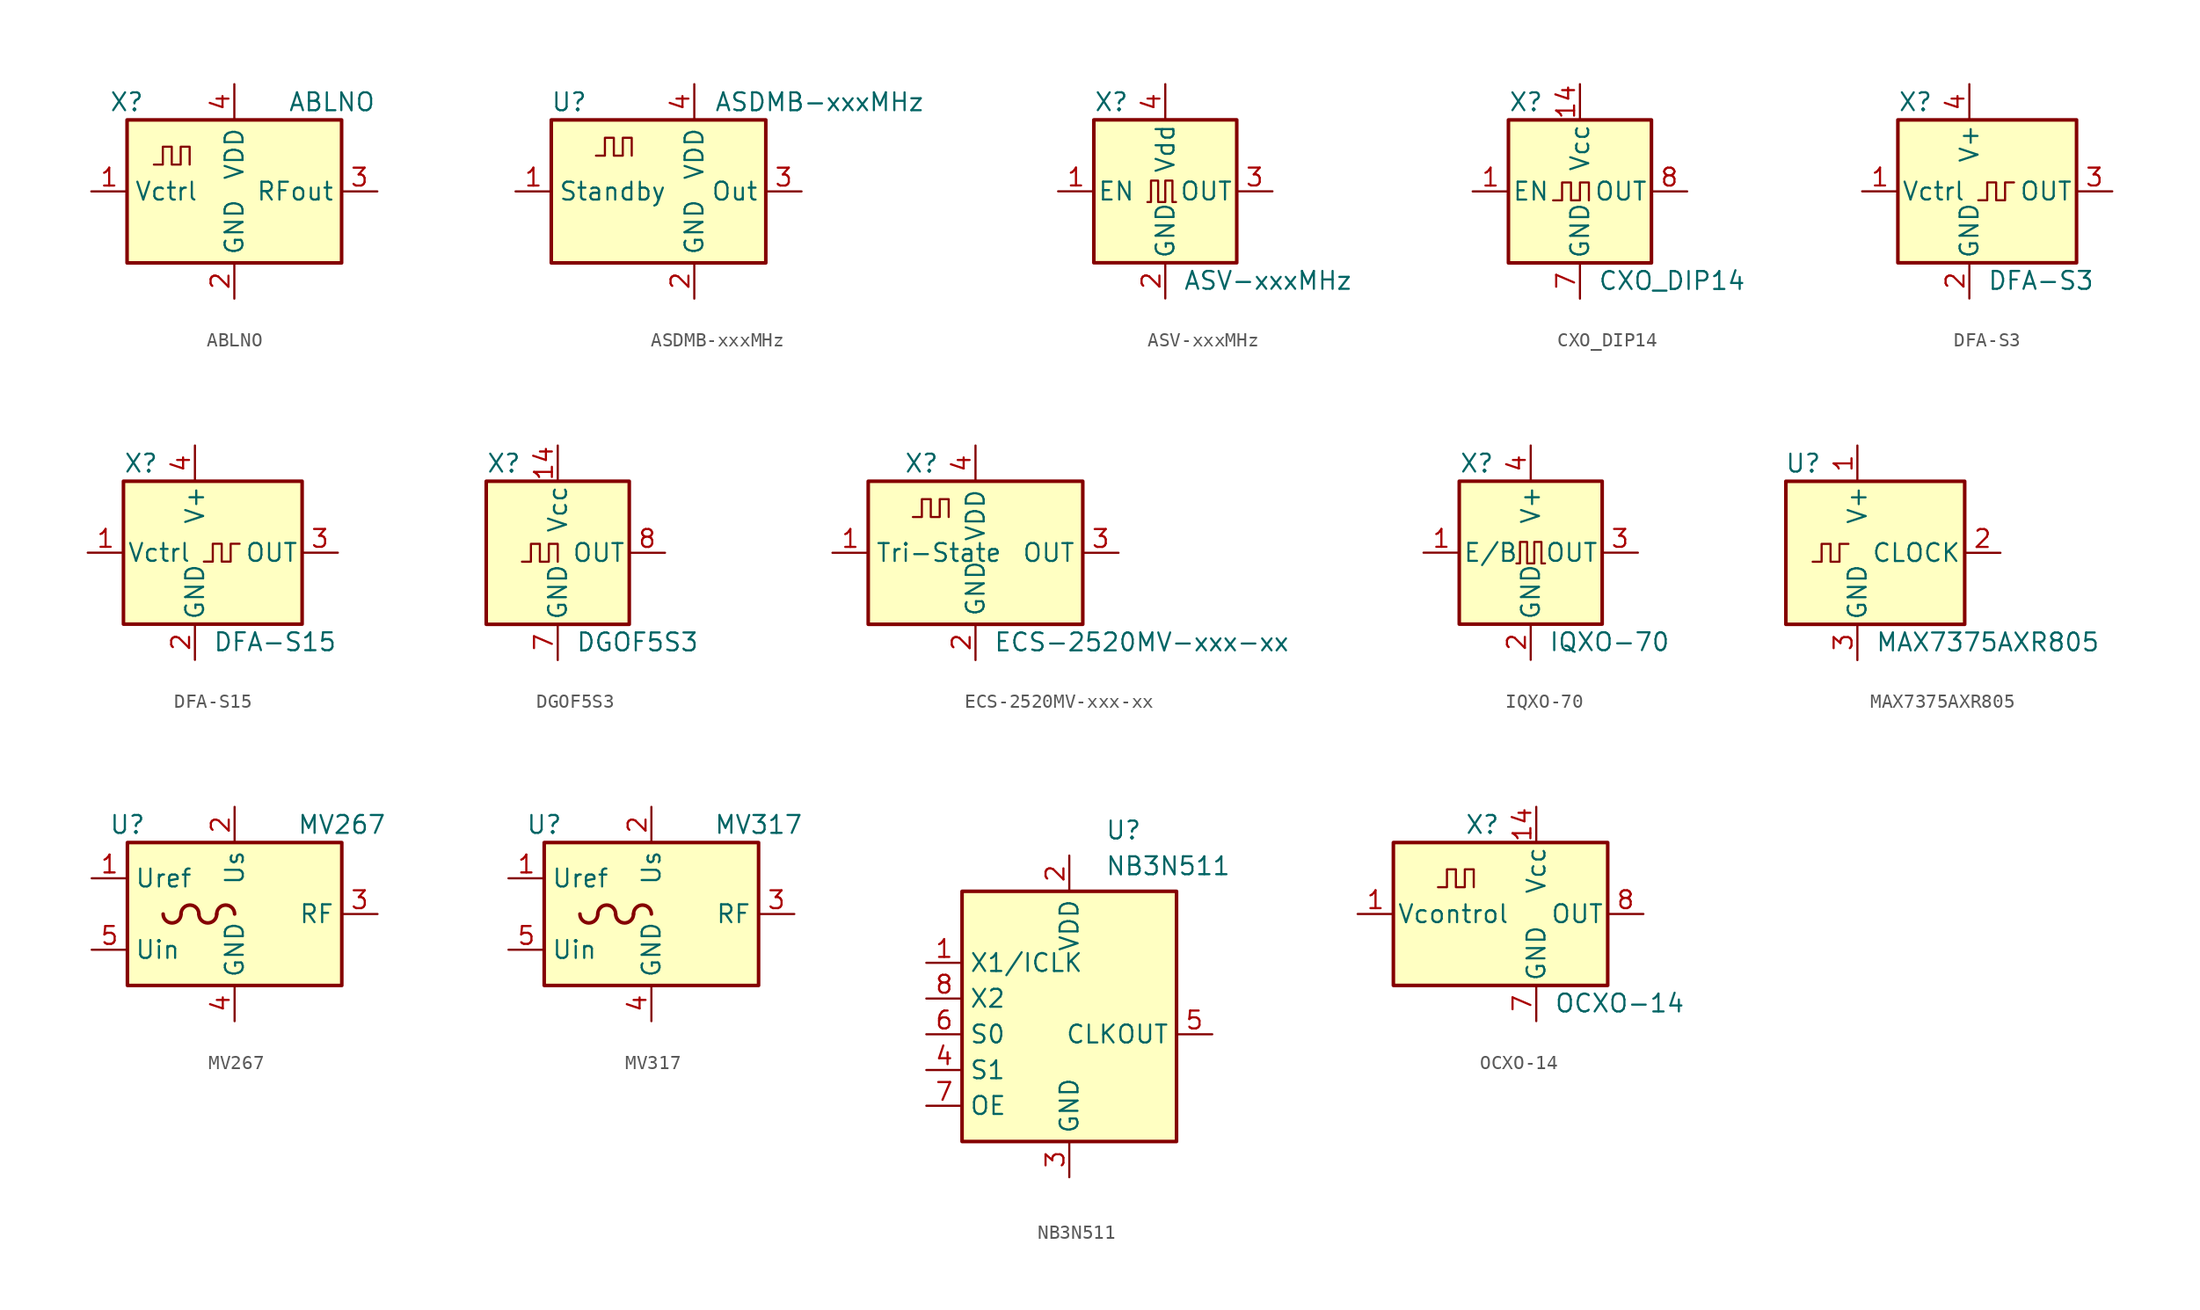
<source format=kicad_sym>
(kicad_symbol_lib
  (version 20201005)
  (generator kicad_symbol_editor)
  (symbol "ABLNO"
    (property "Reference" "X"
      (at -8.89 6.35 0)
      (effects (font (size 1.27 1.27)) (justify left)))
    (property "Value" "ABLNO"
      (at 3.81 6.35 0)
      (effects (font (size 1.27 1.27)) (justify left)))
    (symbol "ABLNO_0_1"
      (rectangle (start -7.62 5.08) (end 7.62 -5.08) (stroke (width 0.254)) (fill (type background)))
      (polyline (pts (xy -5.715 1.905) (xy -5.08 1.905) (xy -5.08 3.175) (xy -4.445 3.175) (xy -4.445 1.905) (xy -3.81 1.905) (xy -3.81 3.175) (xy -3.175 3.175) (xy -3.175 1.905)) (stroke (width 0)) (fill (type none))))
    (symbol "ABLNO_1_1"
      (pin input line (at -10.16 0 0) (length 2.54) (name "Vctrl" (effects (font (size 1.27 1.27)))) (number "1" (effects (font (size 1.27 1.27)))))
      (pin power_in line (at 0 -7.62 90) (length 2.54) (name "GND" (effects (font (size 1.27 1.27)))) (number "2" (effects (font (size 1.27 1.27)))))
      (pin output line (at 10.16 0 180) (length 2.54) (name "RFout" (effects (font (size 1.27 1.27)))) (number "3" (effects (font (size 1.27 1.27)))))
      (pin power_in line (at 0 7.62 270) (length 2.54) (name "VDD" (effects (font (size 1.27 1.27)))) (number "4" (effects (font (size 1.27 1.27)))))))
  (symbol "ASDMB-xxxMHz"
    (property "Reference" "U"
      (at -6.35 6.35 0)
      (effects (font (size 1.27 1.27))))
    (property "Value" "ASDMB-xxxMHz"
      (at 11.43 6.35 0)
      (effects (font (size 1.27 1.27))))
    (symbol "ASDMB-xxxMHz_1_1"
      (rectangle (start -7.62 5.08) (end 7.62 -5.08) (stroke (width 0.254)) (fill (type background)))
      (polyline (pts (xy -4.445 2.54) (xy -3.81 2.54) (xy -3.81 3.81) (xy -3.175 3.81) (xy -3.175 2.54) (xy -2.54 2.54) (xy -2.54 3.81) (xy -1.905 3.81) (xy -1.905 2.54)) (stroke (width 0)) (fill (type none)))
      (pin input line (at -10.16 0 0) (length 2.54) (name "Standby" (effects (font (size 1.27 1.27)))) (number "1" (effects (font (size 1.27 1.27)))))
      (pin power_in line (at 2.54 -7.62 90) (length 2.54) (name "GND" (effects (font (size 1.27 1.27)))) (number "2" (effects (font (size 1.27 1.27)))))
      (pin output line (at 10.16 0 180) (length 2.54) (name "Out" (effects (font (size 1.27 1.27)))) (number "3" (effects (font (size 1.27 1.27)))))
      (pin power_in line (at 2.54 7.62 270) (length 2.54) (name "VDD" (effects (font (size 1.27 1.27)))) (number "4" (effects (font (size 1.27 1.27)))))))
  (symbol "ASV-xxxMHz"
    (pin_names
      (offset 0.254))
    (property "Reference" "X"
      (at -5.08 6.35 0)
      (effects (font (size 1.27 1.27)) (justify left)))
    (property "Value" "ASV-xxxMHz"
      (at 1.27 -6.35 0)
      (effects (font (size 1.27 1.27)) (justify left)))
    (symbol "ASV-xxxMHz_0_1"
      (rectangle (start -5.08 5.08) (end 5.08 -5.08) (stroke (width 0.254)) (fill (type background)))
      (polyline (pts (xy -1.27 -0.762) (xy -1.016 -0.762) (xy -1.016 0.762) (xy -0.508 0.762) (xy -0.508 -0.762) (xy 0 -0.762) (xy 0 0.762) (xy 0.508 0.762) (xy 0.508 -0.762) (xy 0.762 -0.762)) (stroke (width 0)) (fill (type none))))
    (symbol "ASV-xxxMHz_1_1"
      (pin input line (at -7.62 0 0) (length 2.54) (name "EN" (effects (font (size 1.27 1.27)))) (number "1" (effects (font (size 1.27 1.27)))))
      (pin power_in line (at 0 -7.62 90) (length 2.54) (name "GND" (effects (font (size 1.27 1.27)))) (number "2" (effects (font (size 1.27 1.27)))))
      (pin output line (at 7.62 0 180) (length 2.54) (name "OUT" (effects (font (size 1.27 1.27)))) (number "3" (effects (font (size 1.27 1.27)))))
      (pin power_in line (at 0 7.62 270) (length 2.54) (name "Vdd" (effects (font (size 1.27 1.27)))) (number "4" (effects (font (size 1.27 1.27)))))))
  (symbol "CXO_DIP14"
    (pin_names
      (offset 0.254))
    (property "Reference" "X"
      (at -5.08 6.35 0)
      (effects (font (size 1.27 1.27)) (justify left)))
    (property "Value" "CXO_DIP14"
      (at 1.27 -6.35 0)
      (effects (font (size 1.27 1.27)) (justify left)))
    (symbol "CXO_DIP14_0_1"
      (rectangle (start -5.08 5.08) (end 5.08 -5.08) (stroke (width 0.254)) (fill (type background)))
      (polyline (pts (xy -1.905 -0.635) (xy -1.27 -0.635) (xy -1.27 0.635) (xy -0.635 0.635) (xy -0.635 -0.635) (xy 0 -0.635) (xy 0 0.635) (xy 0.635 0.635) (xy 0.635 -0.635)) (stroke (width 0)) (fill (type none))))
    (symbol "CXO_DIP14_1_1"
      (pin input line (at -7.62 0 0) (length 2.54) (name "EN" (effects (font (size 1.27 1.27)))) (number "1" (effects (font (size 1.27 1.27)))))
      (pin power_in line (at 0 7.62 270) (length 2.54) (name "Vcc" (effects (font (size 1.27 1.27)))) (number "14" (effects (font (size 1.27 1.27)))))
      (pin power_in line (at 0 -7.62 90) (length 2.54) (name "GND" (effects (font (size 1.27 1.27)))) (number "7" (effects (font (size 1.27 1.27)))))
      (pin output line (at 7.62 0 180) (length 2.54) (name "OUT" (effects (font (size 1.27 1.27)))) (number "8" (effects (font (size 1.27 1.27)))))))
  (symbol "DFA-S3"
    (pin_names
      (offset 0.254))
    (property "Reference" "X"
      (at -5.08 6.35 0)
      (effects (font (size 1.27 1.27)) (justify left)))
    (property "Value" "DFA-S3"
      (at 1.27 -6.35 0)
      (effects (font (size 1.27 1.27)) (justify left)))
    (symbol "DFA-S3_0_1"
      (rectangle (start -5.08 5.08) (end 7.62 -5.08) (stroke (width 0.254)) (fill (type background)))
      (polyline (pts (xy 0.635 -0.635) (xy 1.27 -0.635) (xy 1.27 0.635) (xy 1.905 0.635) (xy 1.905 -0.635) (xy 2.54 -0.635) (xy 2.54 0.635) (xy 3.175 0.635)) (stroke (width 0)) (fill (type none))))
    (symbol "DFA-S3_1_1"
      (pin input line (at -7.62 0 0) (length 2.54) (name "Vctrl" (effects (font (size 1.27 1.27)))) (number "1" (effects (font (size 1.27 1.27)))))
      (pin power_in line (at 0 -7.62 90) (length 2.54) (name "GND" (effects (font (size 1.27 1.27)))) (number "2" (effects (font (size 1.27 1.27)))))
      (pin output line (at 10.16 0 180) (length 2.54) (name "OUT" (effects (font (size 1.27 1.27)))) (number "3" (effects (font (size 1.27 1.27)))))
      (pin power_in line (at 0 7.62 270) (length 2.54) (name "V+" (effects (font (size 1.27 1.27)))) (number "4" (effects (font (size 1.27 1.27)))))))
  (symbol "DFA-S15"
    (pin_names
      (offset 0.254))
    (property "Reference" "X"
      (at -5.08 6.35 0)
      (effects (font (size 1.27 1.27)) (justify left)))
    (property "Value" "DFA-S15"
      (at 1.27 -6.35 0)
      (effects (font (size 1.27 1.27)) (justify left)))
    (symbol "DFA-S15_0_1"
      (rectangle (start -5.08 5.08) (end 7.62 -5.08) (stroke (width 0.254)) (fill (type background)))
      (polyline (pts (xy 0.635 -0.635) (xy 1.27 -0.635) (xy 1.27 0.635) (xy 1.905 0.635) (xy 1.905 -0.635) (xy 2.54 -0.635) (xy 2.54 0.635) (xy 3.175 0.635)) (stroke (width 0)) (fill (type none))))
    (symbol "DFA-S15_1_1"
      (pin input line (at -7.62 0 0) (length 2.54) (name "Vctrl" (effects (font (size 1.27 1.27)))) (number "1" (effects (font (size 1.27 1.27)))))
      (pin power_in line (at 0 -7.62 90) (length 2.54) (name "GND" (effects (font (size 1.27 1.27)))) (number "2" (effects (font (size 1.27 1.27)))))
      (pin output line (at 10.16 0 180) (length 2.54) (name "OUT" (effects (font (size 1.27 1.27)))) (number "3" (effects (font (size 1.27 1.27)))))
      (pin power_in line (at 0 7.62 270) (length 2.54) (name "V+" (effects (font (size 1.27 1.27)))) (number "4" (effects (font (size 1.27 1.27)))))))
  (symbol "DGOF5S3"
    (pin_names
      (offset 0.254))
    (property "Reference" "X"
      (at -5.08 6.35 0)
      (effects (font (size 1.27 1.27)) (justify left)))
    (property "Value" "DGOF5S3"
      (at 1.27 -6.35 0)
      (effects (font (size 1.27 1.27)) (justify left)))
    (symbol "DGOF5S3_0_1"
      (rectangle (start -5.08 5.08) (end 5.08 -5.08) (stroke (width 0.254)) (fill (type background)))
      (polyline (pts (xy -2.54 -0.635) (xy -1.905 -0.635) (xy -1.905 0.635) (xy -1.27 0.635) (xy -1.27 -0.635) (xy -0.635 -0.635) (xy -0.635 0.635) (xy 0 0.635) (xy 0 -0.635)) (stroke (width 0)) (fill (type none))))
    (symbol "DGOF5S3_1_1"
      (pin no_connect line (at -7.62 0 0) (length 2.54) hide (name "NC" (effects (font (size 1.27 1.27)))) (number "1" (effects (font (size 1.27 1.27)))))
      (pin power_in line (at 0 7.62 270) (length 2.54) (name "Vcc" (effects (font (size 1.27 1.27)))) (number "14" (effects (font (size 1.27 1.27)))))
      (pin power_in line (at 0 -7.62 90) (length 2.54) (name "GND" (effects (font (size 1.27 1.27)))) (number "7" (effects (font (size 1.27 1.27)))))
      (pin output line (at 7.62 0 180) (length 2.54) (name "OUT" (effects (font (size 1.27 1.27)))) (number "8" (effects (font (size 1.27 1.27)))))))
  (symbol "ECS-2520MV-xxx-xx"
    (property "Reference" "X"
      (at -5.08 6.35 0)
      (effects (font (size 1.27 1.27)) (justify left)))
    (property "Value" "ECS-2520MV-xxx-xx"
      (at 1.27 -6.35 0)
      (effects (font (size 1.27 1.27)) (justify left)))
    (symbol "ECS-2520MV-xxx-xx_0_1"
      (rectangle (start -7.62 5.08) (end 7.62 -5.08) (stroke (width 0.254)) (fill (type background)))
      (polyline (pts (xy -4.445 2.54) (xy -3.81 2.54) (xy -3.81 3.81) (xy -3.175 3.81) (xy -3.175 2.54) (xy -2.54 2.54) (xy -2.54 3.81) (xy -1.905 3.81) (xy -1.905 2.54)) (stroke (width 0)) (fill (type none))))
    (symbol "ECS-2520MV-xxx-xx_1_1"
      (pin input line (at -10.16 0 0) (length 2.54) (name "Tri-State" (effects (font (size 1.27 1.27)))) (number "1" (effects (font (size 1.27 1.27)))))
      (pin power_in line (at 0 -7.62 90) (length 2.54) (name "GND" (effects (font (size 1.27 1.27)))) (number "2" (effects (font (size 1.27 1.27)))))
      (pin output line (at 10.16 0 180) (length 2.54) (name "OUT" (effects (font (size 1.27 1.27)))) (number "3" (effects (font (size 1.27 1.27)))))
      (pin power_in line (at 0 7.62 270) (length 2.54) (name "VDD" (effects (font (size 1.27 1.27)))) (number "4" (effects (font (size 1.27 1.27)))))))
  (symbol "IQXO-70"
    (pin_names
      (offset 0.254))
    (property "Reference" "X"
      (at -5.08 6.35 0)
      (effects (font (size 1.27 1.27)) (justify left)))
    (property "Value" "IQXO-70"
      (at 1.27 -6.35 0)
      (effects (font (size 1.27 1.27)) (justify left)))
    (symbol "IQXO-70_0_1"
      (rectangle (start -5.08 5.08) (end 5.08 -5.08) (stroke (width 0.254)) (fill (type background)))
      (polyline (pts (xy -1.016 -0.762) (xy -0.762 -0.762) (xy -0.762 0.762) (xy -0.254 0.762) (xy -0.254 -0.762) (xy 0.254 -0.762) (xy 0.254 0.762) (xy 0.762 0.762) (xy 0.762 -0.762) (xy 1.016 -0.762)) (stroke (width 0)) (fill (type none))))
    (symbol "IQXO-70_1_1"
      (pin input line (at -7.62 0 0) (length 2.54) (name "E/B" (effects (font (size 1.27 1.27)))) (number "1" (effects (font (size 1.27 1.27)))))
      (pin power_in line (at 0 -7.62 90) (length 2.54) (name "GND" (effects (font (size 1.27 1.27)))) (number "2" (effects (font (size 1.27 1.27)))))
      (pin output line (at 7.62 0 180) (length 2.54) (name "OUT" (effects (font (size 1.27 1.27)))) (number "3" (effects (font (size 1.27 1.27)))))
      (pin power_in line (at 0 7.62 270) (length 2.54) (name "V+" (effects (font (size 1.27 1.27)))) (number "4" (effects (font (size 1.27 1.27)))))))
  (symbol "MAX7375AXR805"
    (pin_names
      (offset 0.254))
    (property "Reference" "U"
      (at -2.54 6.35 0)
      (effects (font (size 1.27 1.27)) (justify right)))
    (property "Value" "MAX7375AXR805"
      (at 1.27 -6.35 0)
      (effects (font (size 1.27 1.27)) (justify left)))
    (symbol "MAX7375AXR805_0_1"
      (rectangle (start -5.08 5.08) (end 7.62 -5.08) (stroke (width 0.254)) (fill (type background)))
      (polyline (pts (xy -3.175 -0.635) (xy -2.54 -0.635) (xy -2.54 0.635) (xy -1.905 0.635) (xy -1.905 -0.635) (xy -1.27 -0.635) (xy -1.27 0.635) (xy -0.635 0.635)) (stroke (width 0)) (fill (type none))))
    (symbol "MAX7375AXR805_1_1"
      (pin power_in line (at 0 7.62 270) (length 2.54) (name "V+" (effects (font (size 1.27 1.27)))) (number "1" (effects (font (size 1.27 1.27)))))
      (pin output line (at 10.16 0 180) (length 2.54) (name "CLOCK" (effects (font (size 1.27 1.27)))) (number "2" (effects (font (size 1.27 1.27)))))
      (pin power_in line (at 0 -7.62 90) (length 2.54) (name "GND" (effects (font (size 1.27 1.27)))) (number "3" (effects (font (size 1.27 1.27)))))))
  (symbol "MV267"
    (property "Reference" "U"
      (at -7.62 6.35 0)
      (effects (font (size 1.27 1.27))))
    (property "Value" "MV267"
      (at 7.62 6.35 0)
      (effects (font (size 1.27 1.27))))
    (symbol "MV267_0_1"
      (arc (start -5.08 0) (end -3.81 0) (radius (at -4.445 0) (length 0.635) (angles -179.9 -0.1)) (stroke (width 0.254)) (fill (type none)))
      (arc (start -2.54 0) (end -3.81 0) (radius (at -3.175 0) (length 0.635) (angles 0.1 179.9)) (stroke (width 0.254)) (fill (type none)))
      (arc (start -2.54 0) (end -1.27 0) (radius (at -1.905 0) (length 0.635) (angles -179.9 -0.1)) (stroke (width 0.254)) (fill (type none)))
      (arc (start 0 0) (end -1.27 0) (radius (at -0.635 0) (length 0.635) (angles 0.1 179.9)) (stroke (width 0.254)) (fill (type none)))
      (rectangle (start -7.62 5.08) (end 7.62 -5.08) (stroke (width 0.254)) (fill (type background))))
    (symbol "MV267_1_1"
      (pin output line (at -10.16 2.54 0) (length 2.54) (name "Uref" (effects (font (size 1.27 1.27)))) (number "1" (effects (font (size 1.27 1.27)))))
      (pin power_in line (at 0 7.62 270) (length 2.54) (name "Us" (effects (font (size 1.27 1.27)))) (number "2" (effects (font (size 1.27 1.27)))))
      (pin output line (at 10.16 0 180) (length 2.54) (name "RF" (effects (font (size 1.27 1.27)))) (number "3" (effects (font (size 1.27 1.27)))))
      (pin power_in line (at 0 -7.62 90) (length 2.54) (name "GND" (effects (font (size 1.27 1.27)))) (number "4" (effects (font (size 1.27 1.27)))))
      (pin input line (at -10.16 -2.54 0) (length 2.54) (name "Uin" (effects (font (size 1.27 1.27)))) (number "5" (effects (font (size 1.27 1.27)))))))
  (symbol "MV317"
    (property "Reference" "U"
      (at -7.62 6.35 0)
      (effects (font (size 1.27 1.27))))
    (property "Value" "MV317"
      (at 7.62 6.35 0)
      (effects (font (size 1.27 1.27))))
    (symbol "MV317_0_1"
      (arc (start -5.08 0) (end -3.81 0) (radius (at -4.445 0) (length 0.635) (angles -179.9 -0.1)) (stroke (width 0.254)) (fill (type none)))
      (arc (start -2.54 0) (end -3.81 0) (radius (at -3.175 0) (length 0.635) (angles 0.1 179.9)) (stroke (width 0.254)) (fill (type none)))
      (arc (start -2.54 0) (end -1.27 0) (radius (at -1.905 0) (length 0.635) (angles -179.9 -0.1)) (stroke (width 0.254)) (fill (type none)))
      (arc (start 0 0) (end -1.27 0) (radius (at -0.635 0) (length 0.635) (angles 0.1 179.9)) (stroke (width 0.254)) (fill (type none)))
      (rectangle (start -7.62 5.08) (end 7.62 -5.08) (stroke (width 0.254)) (fill (type background))))
    (symbol "MV317_1_1"
      (pin output line (at -10.16 2.54 0) (length 2.54) (name "Uref" (effects (font (size 1.27 1.27)))) (number "1" (effects (font (size 1.27 1.27)))))
      (pin power_in line (at 0 7.62 270) (length 2.54) (name "Us" (effects (font (size 1.27 1.27)))) (number "2" (effects (font (size 1.27 1.27)))))
      (pin output line (at 10.16 0 180) (length 2.54) (name "RF" (effects (font (size 1.27 1.27)))) (number "3" (effects (font (size 1.27 1.27)))))
      (pin power_in line (at 0 -7.62 90) (length 2.54) (name "GND" (effects (font (size 1.27 1.27)))) (number "4" (effects (font (size 1.27 1.27)))))
      (pin input line (at -10.16 -2.54 0) (length 2.54) (name "Uin" (effects (font (size 1.27 1.27)))) (number "5" (effects (font (size 1.27 1.27)))))))
  (symbol "NB3N511"
    (property "Reference" "U"
      (at 2.54 15.24 0)
      (effects (font (size 1.27 1.27)) (justify left top)))
    (property "Value" "NB3N511"
      (at 2.54 12.7 0)
      (effects (font (size 1.27 1.27)) (justify left top)))
    (symbol "NB3N511_0_1"
      (rectangle (start -7.62 10.16) (end 7.62 -7.62) (stroke (width 0.254)) (fill (type background))))
    (symbol "NB3N511_1_1"
      (pin input line (at -10.16 5.08 0) (length 2.54) (name "X1/ICLK" (effects (font (size 1.27 1.27)))) (number "1" (effects (font (size 1.27 1.27)))))
      (pin power_in line (at 0 12.7 270) (length 2.54) (name "VDD" (effects (font (size 1.27 1.27)))) (number "2" (effects (font (size 1.27 1.27)))))
      (pin power_in line (at 0 -10.16 90) (length 2.54) (name "GND" (effects (font (size 1.27 1.27)))) (number "3" (effects (font (size 1.27 1.27)))))
      (pin input line (at -10.16 -2.54 0) (length 2.54) (name "S1" (effects (font (size 1.27 1.27)))) (number "4" (effects (font (size 1.27 1.27)))))
      (pin output line (at 10.16 0 180) (length 2.54) (name "CLKOUT" (effects (font (size 1.27 1.27)))) (number "5" (effects (font (size 1.27 1.27)))))
      (pin input line (at -10.16 0 0) (length 2.54) (name "S0" (effects (font (size 1.27 1.27)))) (number "6" (effects (font (size 1.27 1.27)))))
      (pin input line (at -10.16 -5.08 0) (length 2.54) (name "OE" (effects (font (size 1.27 1.27)))) (number "7" (effects (font (size 1.27 1.27)))))
      (pin passive line (at -10.16 2.54 0) (length 2.54) (name "X2" (effects (font (size 1.27 1.27)))) (number "8" (effects (font (size 1.27 1.27)))))))
  (symbol "OCXO-14"
    (pin_names
      (offset 0.254))
    (property "Reference" "X"
      (at -5.08 6.35 0)
      (effects (font (size 1.27 1.27)) (justify left)))
    (property "Value" "OCXO-14"
      (at 1.27 -6.35 0)
      (effects (font (size 1.27 1.27)) (justify left)))
    (symbol "OCXO-14_0_1"
      (rectangle (start -10.16 5.08) (end 5.08 -5.08) (stroke (width 0.254)) (fill (type background)))
      (polyline (pts (xy -6.985 1.905) (xy -6.35 1.905) (xy -6.35 3.175) (xy -5.715 3.175) (xy -5.715 1.905) (xy -5.08 1.905) (xy -5.08 3.175) (xy -4.445 3.175) (xy -4.445 1.905)) (stroke (width 0)) (fill (type none))))
    (symbol "OCXO-14_1_1"
      (pin input line (at -12.7 0 0) (length 2.54) (name "Vcontrol" (effects (font (size 1.27 1.27)))) (number "1" (effects (font (size 1.27 1.27)))))
      (pin power_in line (at 0 7.62 270) (length 2.54) (name "Vcc" (effects (font (size 1.27 1.27)))) (number "14" (effects (font (size 1.27 1.27)))))
      (pin power_in line (at 0 -7.62 90) (length 2.54) (name "GND" (effects (font (size 1.27 1.27)))) (number "7" (effects (font (size 1.27 1.27)))))
      (pin output line (at 7.62 0 180) (length 2.54) (name "OUT" (effects (font (size 1.27 1.27)))) (number "8" (effects (font (size 1.27 1.27))))))))
</source>
